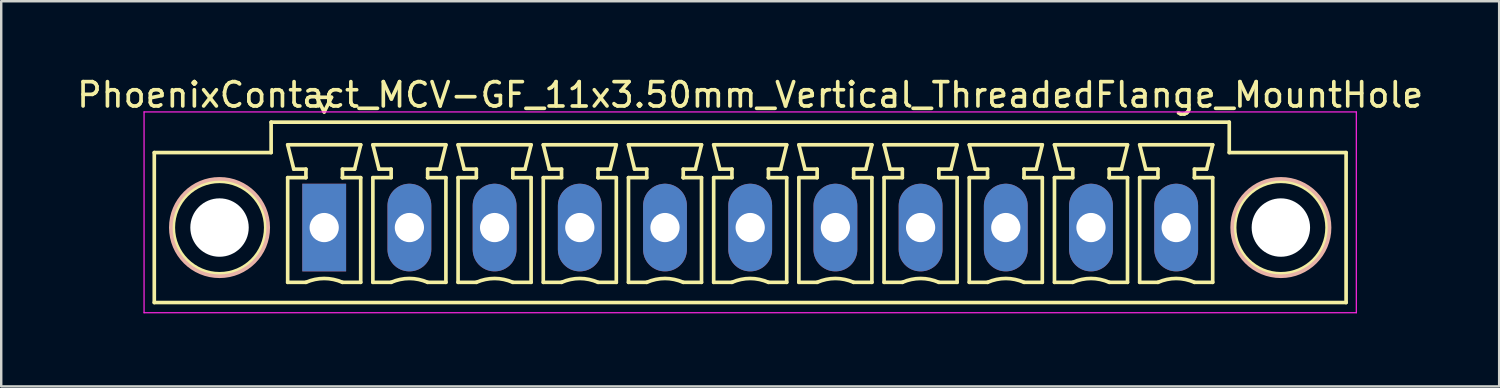
<source format=kicad_pcb>
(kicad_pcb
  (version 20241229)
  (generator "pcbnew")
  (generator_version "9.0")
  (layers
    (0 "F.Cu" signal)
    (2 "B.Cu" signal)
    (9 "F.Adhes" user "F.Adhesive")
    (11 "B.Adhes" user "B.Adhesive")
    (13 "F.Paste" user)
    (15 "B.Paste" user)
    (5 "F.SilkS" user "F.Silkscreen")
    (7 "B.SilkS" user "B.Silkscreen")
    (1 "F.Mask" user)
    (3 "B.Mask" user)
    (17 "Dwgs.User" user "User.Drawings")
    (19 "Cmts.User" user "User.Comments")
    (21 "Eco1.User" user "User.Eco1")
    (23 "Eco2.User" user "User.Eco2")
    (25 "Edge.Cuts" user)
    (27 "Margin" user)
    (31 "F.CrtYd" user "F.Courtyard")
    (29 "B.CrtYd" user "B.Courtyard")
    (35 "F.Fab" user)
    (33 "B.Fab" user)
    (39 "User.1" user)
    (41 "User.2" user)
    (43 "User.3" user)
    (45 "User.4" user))
  (footprint "PhoenixContact_MCV-GF_11x3.50mm_Vertical_ThreadedFlange_MountHole"
    (layer "F.Cu")
    (at 10.268 6.298)
    (property "Reference" "PhoenixContact_MCV-GF_11x3.50mm_Vertical_ThreadedFlange_MountHole" (at 17.5 -5.45 0) (layer "F.SilkS") (effects (font (size 1 1) (thickness 0.15))))
    (attr through_hole)
    (fp_line (start -6.98 -3.08) (end -6.98 3.08) (stroke (width 0.15) (type solid)) (layer "F.SilkS"))
    (fp_line (start -6.98 3.08) (end 41.98 3.08) (stroke (width 0.15) (type solid)) (layer "F.SilkS"))
    (fp_line (start -2.18 -4.33) (end -2.18 -3.08) (stroke (width 0.15) (type solid)) (layer "F.SilkS"))
    (fp_line (start -2.18 -3.08) (end -6.98 -3.08) (stroke (width 0.15) (type solid)) (layer "F.SilkS"))
    (fp_line (start -1.5 -3.4) (end 1.5 -3.4) (stroke (width 0.15) (type solid)) (layer "F.SilkS"))
    (fp_line (start -1.5 -2.05) (end -0.75 -2.05) (stroke (width 0.15) (type solid)) (layer "F.SilkS"))
    (fp_line (start -1.5 2.25) (end -1.5 -2.05) (stroke (width 0.15) (type solid)) (layer "F.SilkS"))
    (fp_line (start -1.25 -2.4) (end -1.5 -3.4) (stroke (width 0.15) (type solid)) (layer "F.SilkS"))
    (fp_line (start -0.75 -2.4) (end -1.25 -2.4) (stroke (width 0.15) (type solid)) (layer "F.SilkS"))
    (fp_line (start -0.75 -2.05) (end -0.75 -2.4) (stroke (width 0.15) (type solid)) (layer "F.SilkS"))
    (fp_line (start -0.75 2.25) (end -1.5 2.25) (stroke (width 0.15) (type solid)) (layer "F.SilkS"))
    (fp_line (start -0.3 -5.35) (end 0 -4.75) (stroke (width 0.15) (type solid)) (layer "F.SilkS"))
    (fp_line (start 0 -4.75) (end 0.3 -5.35) (stroke (width 0.15) (type solid)) (layer "F.SilkS"))
    (fp_line (start 0.3 -5.35) (end -0.3 -5.35) (stroke (width 0.15) (type solid)) (layer "F.SilkS"))
    (fp_line (start 0.75 -2.4) (end 0.75 -2.05) (stroke (width 0.15) (type solid)) (layer "F.SilkS"))
    (fp_line (start 0.75 -2.05) (end 0.75 -2.05) (stroke (width 0.15) (type solid)) (layer "F.SilkS"))
    (fp_line (start 0.75 -2.05) (end 1.5 -2.05) (stroke (width 0.15) (type solid)) (layer "F.SilkS"))
    (fp_line (start 1.25 -2.4) (end 0.75 -2.4) (stroke (width 0.15) (type solid)) (layer "F.SilkS"))
    (fp_line (start 1.5 -3.4) (end 1.25 -2.4) (stroke (width 0.15) (type solid)) (layer "F.SilkS"))
    (fp_line (start 1.5 -2.05) (end 1.5 2.25) (stroke (width 0.15) (type solid)) (layer "F.SilkS"))
    (fp_line (start 1.5 2.25) (end 0.75 2.25) (stroke (width 0.15) (type solid)) (layer "F.SilkS"))
    (fp_line (start 2 -3.4) (end 5 -3.4) (stroke (width 0.15) (type solid)) (layer "F.SilkS"))
    (fp_line (start 2 -2.05) (end 2.75 -2.05) (stroke (width 0.15) (type solid)) (layer "F.SilkS"))
    (fp_line (start 2 2.25) (end 2 -2.05) (stroke (width 0.15) (type solid)) (layer "F.SilkS"))
    (fp_line (start 2.25 -2.4) (end 2 -3.4) (stroke (width 0.15) (type solid)) (layer "F.SilkS"))
    (fp_line (start 2.75 -2.4) (end 2.25 -2.4) (stroke (width 0.15) (type solid)) (layer "F.SilkS"))
    (fp_line (start 2.75 -2.05) (end 2.75 -2.4) (stroke (width 0.15) (type solid)) (layer "F.SilkS"))
    (fp_line (start 2.75 2.25) (end 2 2.25) (stroke (width 0.15) (type solid)) (layer "F.SilkS"))
    (fp_line (start 4.25 -2.4) (end 4.25 -2.05) (stroke (width 0.15) (type solid)) (layer "F.SilkS"))
    (fp_line (start 4.25 -2.05) (end 4.25 -2.05) (stroke (width 0.15) (type solid)) (layer "F.SilkS"))
    (fp_line (start 4.25 -2.05) (end 5 -2.05) (stroke (width 0.15) (type solid)) (layer "F.SilkS"))
    (fp_line (start 4.75 -2.4) (end 4.25 -2.4) (stroke (width 0.15) (type solid)) (layer "F.SilkS"))
    (fp_line (start 5 -3.4) (end 4.75 -2.4) (stroke (width 0.15) (type solid)) (layer "F.SilkS"))
    (fp_line (start 5 -2.05) (end 5 2.25) (stroke (width 0.15) (type solid)) (layer "F.SilkS"))
    (fp_line (start 5 2.25) (end 4.25 2.25) (stroke (width 0.15) (type solid)) (layer "F.SilkS"))
    (fp_line (start 5.5 -3.4) (end 8.5 -3.4) (stroke (width 0.15) (type solid)) (layer "F.SilkS"))
    (fp_line (start 5.5 -2.05) (end 6.25 -2.05) (stroke (width 0.15) (type solid)) (layer "F.SilkS"))
    (fp_line (start 5.5 2.25) (end 5.5 -2.05) (stroke (width 0.15) (type solid)) (layer "F.SilkS"))
    (fp_line (start 5.75 -2.4) (end 5.5 -3.4) (stroke (width 0.15) (type solid)) (layer "F.SilkS"))
    (fp_line (start 6.25 -2.4) (end 5.75 -2.4) (stroke (width 0.15) (type solid)) (layer "F.SilkS"))
    (fp_line (start 6.25 -2.05) (end 6.25 -2.4) (stroke (width 0.15) (type solid)) (layer "F.SilkS"))
    (fp_line (start 6.25 2.25) (end 5.5 2.25) (stroke (width 0.15) (type solid)) (layer "F.SilkS"))
    (fp_line (start 7.75 -2.4) (end 7.75 -2.05) (stroke (width 0.15) (type solid)) (layer "F.SilkS"))
    (fp_line (start 7.75 -2.05) (end 7.75 -2.05) (stroke (width 0.15) (type solid)) (layer "F.SilkS"))
    (fp_line (start 7.75 -2.05) (end 8.5 -2.05) (stroke (width 0.15) (type solid)) (layer "F.SilkS"))
    (fp_line (start 8.25 -2.4) (end 7.75 -2.4) (stroke (width 0.15) (type solid)) (layer "F.SilkS"))
    (fp_line (start 8.5 -3.4) (end 8.25 -2.4) (stroke (width 0.15) (type solid)) (layer "F.SilkS"))
    (fp_line (start 8.5 -2.05) (end 8.5 2.25) (stroke (width 0.15) (type solid)) (layer "F.SilkS"))
    (fp_line (start 8.5 2.25) (end 7.75 2.25) (stroke (width 0.15) (type solid)) (layer "F.SilkS"))
    (fp_line (start 9 -3.4) (end 12 -3.4) (stroke (width 0.15) (type solid)) (layer "F.SilkS"))
    (fp_line (start 9 -2.05) (end 9.75 -2.05) (stroke (width 0.15) (type solid)) (layer "F.SilkS"))
    (fp_line (start 9 2.25) (end 9 -2.05) (stroke (width 0.15) (type solid)) (layer "F.SilkS"))
    (fp_line (start 9.25 -2.4) (end 9 -3.4) (stroke (width 0.15) (type solid)) (layer "F.SilkS"))
    (fp_line (start 9.75 -2.4) (end 9.25 -2.4) (stroke (width 0.15) (type solid)) (layer "F.SilkS"))
    (fp_line (start 9.75 -2.05) (end 9.75 -2.4) (stroke (width 0.15) (type solid)) (layer "F.SilkS"))
    (fp_line (start 9.75 2.25) (end 9 2.25) (stroke (width 0.15) (type solid)) (layer "F.SilkS"))
    (fp_line (start 11.25 -2.4) (end 11.25 -2.05) (stroke (width 0.15) (type solid)) (layer "F.SilkS"))
    (fp_line (start 11.25 -2.05) (end 11.25 -2.05) (stroke (width 0.15) (type solid)) (layer "F.SilkS"))
    (fp_line (start 11.25 -2.05) (end 12 -2.05) (stroke (width 0.15) (type solid)) (layer "F.SilkS"))
    (fp_line (start 11.75 -2.4) (end 11.25 -2.4) (stroke (width 0.15) (type solid)) (layer "F.SilkS"))
    (fp_line (start 12 -3.4) (end 11.75 -2.4) (stroke (width 0.15) (type solid)) (layer "F.SilkS"))
    (fp_line (start 12 -2.05) (end 12 2.25) (stroke (width 0.15) (type solid)) (layer "F.SilkS"))
    (fp_line (start 12 2.25) (end 11.25 2.25) (stroke (width 0.15) (type solid)) (layer "F.SilkS"))
    (fp_line (start 12.5 -3.4) (end 15.5 -3.4) (stroke (width 0.15) (type solid)) (layer "F.SilkS"))
    (fp_line (start 12.5 -2.05) (end 13.25 -2.05) (stroke (width 0.15) (type solid)) (layer "F.SilkS"))
    (fp_line (start 12.5 2.25) (end 12.5 -2.05) (stroke (width 0.15) (type solid)) (layer "F.SilkS"))
    (fp_line (start 12.75 -2.4) (end 12.5 -3.4) (stroke (width 0.15) (type solid)) (layer "F.SilkS"))
    (fp_line (start 13.25 -2.4) (end 12.75 -2.4) (stroke (width 0.15) (type solid)) (layer "F.SilkS"))
    (fp_line (start 13.25 -2.05) (end 13.25 -2.4) (stroke (width 0.15) (type solid)) (layer "F.SilkS"))
    (fp_line (start 13.25 2.25) (end 12.5 2.25) (stroke (width 0.15) (type solid)) (layer "F.SilkS"))
    (fp_line (start 14.75 -2.4) (end 14.75 -2.05) (stroke (width 0.15) (type solid)) (layer "F.SilkS"))
    (fp_line (start 14.75 -2.05) (end 14.75 -2.05) (stroke (width 0.15) (type solid)) (layer "F.SilkS"))
    (fp_line (start 14.75 -2.05) (end 15.5 -2.05) (stroke (width 0.15) (type solid)) (layer "F.SilkS"))
    (fp_line (start 15.25 -2.4) (end 14.75 -2.4) (stroke (width 0.15) (type solid)) (layer "F.SilkS"))
    (fp_line (start 15.5 -3.4) (end 15.25 -2.4) (stroke (width 0.15) (type solid)) (layer "F.SilkS"))
    (fp_line (start 15.5 -2.05) (end 15.5 2.25) (stroke (width 0.15) (type solid)) (layer "F.SilkS"))
    (fp_line (start 15.5 2.25) (end 14.75 2.25) (stroke (width 0.15) (type solid)) (layer "F.SilkS"))
    (fp_line (start 16 -3.4) (end 19 -3.4) (stroke (width 0.15) (type solid)) (layer "F.SilkS"))
    (fp_line (start 16 -2.05) (end 16.75 -2.05) (stroke (width 0.15) (type solid)) (layer "F.SilkS"))
    (fp_line (start 16 2.25) (end 16 -2.05) (stroke (width 0.15) (type solid)) (layer "F.SilkS"))
    (fp_line (start 16.25 -2.4) (end 16 -3.4) (stroke (width 0.15) (type solid)) (layer "F.SilkS"))
    (fp_line (start 16.75 -2.4) (end 16.25 -2.4) (stroke (width 0.15) (type solid)) (layer "F.SilkS"))
    (fp_line (start 16.75 -2.05) (end 16.75 -2.4) (stroke (width 0.15) (type solid)) (layer "F.SilkS"))
    (fp_line (start 16.75 2.25) (end 16 2.25) (stroke (width 0.15) (type solid)) (layer "F.SilkS"))
    (fp_line (start 18.25 -2.4) (end 18.25 -2.05) (stroke (width 0.15) (type solid)) (layer "F.SilkS"))
    (fp_line (start 18.25 -2.05) (end 18.25 -2.05) (stroke (width 0.15) (type solid)) (layer "F.SilkS"))
    (fp_line (start 18.25 -2.05) (end 19 -2.05) (stroke (width 0.15) (type solid)) (layer "F.SilkS"))
    (fp_line (start 18.75 -2.4) (end 18.25 -2.4) (stroke (width 0.15) (type solid)) (layer "F.SilkS"))
    (fp_line (start 19 -3.4) (end 18.75 -2.4) (stroke (width 0.15) (type solid)) (layer "F.SilkS"))
    (fp_line (start 19 -2.05) (end 19 2.25) (stroke (width 0.15) (type solid)) (layer "F.SilkS"))
    (fp_line (start 19 2.25) (end 18.25 2.25) (stroke (width 0.15) (type solid)) (layer "F.SilkS"))
    (fp_line (start 19.5 -3.4) (end 22.5 -3.4) (stroke (width 0.15) (type solid)) (layer "F.SilkS"))
    (fp_line (start 19.5 -2.05) (end 20.25 -2.05) (stroke (width 0.15) (type solid)) (layer "F.SilkS"))
    (fp_line (start 19.5 2.25) (end 19.5 -2.05) (stroke (width 0.15) (type solid)) (layer "F.SilkS"))
    (fp_line (start 19.75 -2.4) (end 19.5 -3.4) (stroke (width 0.15) (type solid)) (layer "F.SilkS"))
    (fp_line (start 20.25 -2.4) (end 19.75 -2.4) (stroke (width 0.15) (type solid)) (layer "F.SilkS"))
    (fp_line (start 20.25 -2.05) (end 20.25 -2.4) (stroke (width 0.15) (type solid)) (layer "F.SilkS"))
    (fp_line (start 20.25 2.25) (end 19.5 2.25) (stroke (width 0.15) (type solid)) (layer "F.SilkS"))
    (fp_line (start 21.75 -2.4) (end 21.75 -2.05) (stroke (width 0.15) (type solid)) (layer "F.SilkS"))
    (fp_line (start 21.75 -2.05) (end 21.75 -2.05) (stroke (width 0.15) (type solid)) (layer "F.SilkS"))
    (fp_line (start 21.75 -2.05) (end 22.5 -2.05) (stroke (width 0.15) (type solid)) (layer "F.SilkS"))
    (fp_line (start 22.25 -2.4) (end 21.75 -2.4) (stroke (width 0.15) (type solid)) (layer "F.SilkS"))
    (fp_line (start 22.5 -3.4) (end 22.25 -2.4) (stroke (width 0.15) (type solid)) (layer "F.SilkS"))
    (fp_line (start 22.5 -2.05) (end 22.5 2.25) (stroke (width 0.15) (type solid)) (layer "F.SilkS"))
    (fp_line (start 22.5 2.25) (end 21.75 2.25) (stroke (width 0.15) (type solid)) (layer "F.SilkS"))
    (fp_line (start 23 -3.4) (end 26 -3.4) (stroke (width 0.15) (type solid)) (layer "F.SilkS"))
    (fp_line (start 23 -2.05) (end 23.75 -2.05) (stroke (width 0.15) (type solid)) (layer "F.SilkS"))
    (fp_line (start 23 2.25) (end 23 -2.05) (stroke (width 0.15) (type solid)) (layer "F.SilkS"))
    (fp_line (start 23.25 -2.4) (end 23 -3.4) (stroke (width 0.15) (type solid)) (layer "F.SilkS"))
    (fp_line (start 23.75 -2.4) (end 23.25 -2.4) (stroke (width 0.15) (type solid)) (layer "F.SilkS"))
    (fp_line (start 23.75 -2.05) (end 23.75 -2.4) (stroke (width 0.15) (type solid)) (layer "F.SilkS"))
    (fp_line (start 23.75 2.25) (end 23 2.25) (stroke (width 0.15) (type solid)) (layer "F.SilkS"))
    (fp_line (start 25.25 -2.4) (end 25.25 -2.05) (stroke (width 0.15) (type solid)) (layer "F.SilkS"))
    (fp_line (start 25.25 -2.05) (end 25.25 -2.05) (stroke (width 0.15) (type solid)) (layer "F.SilkS"))
    (fp_line (start 25.25 -2.05) (end 26 -2.05) (stroke (width 0.15) (type solid)) (layer "F.SilkS"))
    (fp_line (start 25.75 -2.4) (end 25.25 -2.4) (stroke (width 0.15) (type solid)) (layer "F.SilkS"))
    (fp_line (start 26 -3.4) (end 25.75 -2.4) (stroke (width 0.15) (type solid)) (layer "F.SilkS"))
    (fp_line (start 26 -2.05) (end 26 2.25) (stroke (width 0.15) (type solid)) (layer "F.SilkS"))
    (fp_line (start 26 2.25) (end 25.25 2.25) (stroke (width 0.15) (type solid)) (layer "F.SilkS"))
    (fp_line (start 26.5 -3.4) (end 29.5 -3.4) (stroke (width 0.15) (type solid)) (layer "F.SilkS"))
    (fp_line (start 26.5 -2.05) (end 27.25 -2.05) (stroke (width 0.15) (type solid)) (layer "F.SilkS"))
    (fp_line (start 26.5 2.25) (end 26.5 -2.05) (stroke (width 0.15) (type solid)) (layer "F.SilkS"))
    (fp_line (start 26.75 -2.4) (end 26.5 -3.4) (stroke (width 0.15) (type solid)) (layer "F.SilkS"))
    (fp_line (start 27.25 -2.4) (end 26.75 -2.4) (stroke (width 0.15) (type solid)) (layer "F.SilkS"))
    (fp_line (start 27.25 -2.05) (end 27.25 -2.4) (stroke (width 0.15) (type solid)) (layer "F.SilkS"))
    (fp_line (start 27.25 2.25) (end 26.5 2.25) (stroke (width 0.15) (type solid)) (layer "F.SilkS"))
    (fp_line (start 28.75 -2.4) (end 28.75 -2.05) (stroke (width 0.15) (type solid)) (layer "F.SilkS"))
    (fp_line (start 28.75 -2.05) (end 28.75 -2.05) (stroke (width 0.15) (type solid)) (layer "F.SilkS"))
    (fp_line (start 28.75 -2.05) (end 29.5 -2.05) (stroke (width 0.15) (type solid)) (layer "F.SilkS"))
    (fp_line (start 29.25 -2.4) (end 28.75 -2.4) (stroke (width 0.15) (type solid)) (layer "F.SilkS"))
    (fp_line (start 29.5 -3.4) (end 29.25 -2.4) (stroke (width 0.15) (type solid)) (layer "F.SilkS"))
    (fp_line (start 29.5 -2.05) (end 29.5 2.25) (stroke (width 0.15) (type solid)) (layer "F.SilkS"))
    (fp_line (start 29.5 2.25) (end 28.75 2.25) (stroke (width 0.15) (type solid)) (layer "F.SilkS"))
    (fp_line (start 30 -3.4) (end 33 -3.4) (stroke (width 0.15) (type solid)) (layer "F.SilkS"))
    (fp_line (start 30 -2.05) (end 30.75 -2.05) (stroke (width 0.15) (type solid)) (layer "F.SilkS"))
    (fp_line (start 30 2.25) (end 30 -2.05) (stroke (width 0.15) (type solid)) (layer "F.SilkS"))
    (fp_line (start 30.25 -2.4) (end 30 -3.4) (stroke (width 0.15) (type solid)) (layer "F.SilkS"))
    (fp_line (start 30.75 -2.4) (end 30.25 -2.4) (stroke (width 0.15) (type solid)) (layer "F.SilkS"))
    (fp_line (start 30.75 -2.05) (end 30.75 -2.4) (stroke (width 0.15) (type solid)) (layer "F.SilkS"))
    (fp_line (start 30.75 2.25) (end 30 2.25) (stroke (width 0.15) (type solid)) (layer "F.SilkS"))
    (fp_line (start 32.25 -2.4) (end 32.25 -2.05) (stroke (width 0.15) (type solid)) (layer "F.SilkS"))
    (fp_line (start 32.25 -2.05) (end 32.25 -2.05) (stroke (width 0.15) (type solid)) (layer "F.SilkS"))
    (fp_line (start 32.25 -2.05) (end 33 -2.05) (stroke (width 0.15) (type solid)) (layer "F.SilkS"))
    (fp_line (start 32.75 -2.4) (end 32.25 -2.4) (stroke (width 0.15) (type solid)) (layer "F.SilkS"))
    (fp_line (start 33 -3.4) (end 32.75 -2.4) (stroke (width 0.15) (type solid)) (layer "F.SilkS"))
    (fp_line (start 33 -2.05) (end 33 2.25) (stroke (width 0.15) (type solid)) (layer "F.SilkS"))
    (fp_line (start 33 2.25) (end 32.25 2.25) (stroke (width 0.15) (type solid)) (layer "F.SilkS"))
    (fp_line (start 33.5 -3.4) (end 36.5 -3.4) (stroke (width 0.15) (type solid)) (layer "F.SilkS"))
    (fp_line (start 33.5 -2.05) (end 34.25 -2.05) (stroke (width 0.15) (type solid)) (layer "F.SilkS"))
    (fp_line (start 33.5 2.25) (end 33.5 -2.05) (stroke (width 0.15) (type solid)) (layer "F.SilkS"))
    (fp_line (start 33.75 -2.4) (end 33.5 -3.4) (stroke (width 0.15) (type solid)) (layer "F.SilkS"))
    (fp_line (start 34.25 -2.4) (end 33.75 -2.4) (stroke (width 0.15) (type solid)) (layer "F.SilkS"))
    (fp_line (start 34.25 -2.05) (end 34.25 -2.4) (stroke (width 0.15) (type solid)) (layer "F.SilkS"))
    (fp_line (start 34.25 2.25) (end 33.5 2.25) (stroke (width 0.15) (type solid)) (layer "F.SilkS"))
    (fp_line (start 35.75 -2.4) (end 35.75 -2.05) (stroke (width 0.15) (type solid)) (layer "F.SilkS"))
    (fp_line (start 35.75 -2.05) (end 35.75 -2.05) (stroke (width 0.15) (type solid)) (layer "F.SilkS"))
    (fp_line (start 35.75 -2.05) (end 36.5 -2.05) (stroke (width 0.15) (type solid)) (layer "F.SilkS"))
    (fp_line (start 36.25 -2.4) (end 35.75 -2.4) (stroke (width 0.15) (type solid)) (layer "F.SilkS"))
    (fp_line (start 36.5 -3.4) (end 36.25 -2.4) (stroke (width 0.15) (type solid)) (layer "F.SilkS"))
    (fp_line (start 36.5 -2.05) (end 36.5 2.25) (stroke (width 0.15) (type solid)) (layer "F.SilkS"))
    (fp_line (start 36.5 2.25) (end 35.75 2.25) (stroke (width 0.15) (type solid)) (layer "F.SilkS"))
    (fp_line (start 37.18 -4.33) (end -2.18 -4.33) (stroke (width 0.15) (type solid)) (layer "F.SilkS"))
    (fp_line (start 37.18 -3.08) (end 37.18 -4.33) (stroke (width 0.15) (type solid)) (layer "F.SilkS"))
    (fp_line (start 41.98 -3.08) (end 37.18 -3.08) (stroke (width 0.15) (type solid)) (layer "F.SilkS"))
    (fp_line (start 41.98 3.08) (end 41.98 -3.08) (stroke (width 0.15) (type solid)) (layer "F.SilkS"))
    (fp_arc (start -0.75 2.25) (mid -0.000193 2.09191) (end 0.749647 2.249844) (stroke (width 0.15) (type solid)) (layer "F.SilkS"))
    (fp_arc (start 2.75 2.25) (mid 3.499807 2.09191) (end 4.249647 2.249844) (stroke (width 0.15) (type solid)) (layer "F.SilkS"))
    (fp_arc (start 6.25 2.25) (mid 6.999807 2.09191) (end 7.749647 2.249844) (stroke (width 0.15) (type solid)) (layer "F.SilkS"))
    (fp_arc (start 9.75 2.25) (mid 10.499807 2.09191) (end 11.249647 2.249844) (stroke (width 0.15) (type solid)) (layer "F.SilkS"))
    (fp_arc (start 13.25 2.25) (mid 13.999807 2.09191) (end 14.749647 2.249844) (stroke (width 0.15) (type solid)) (layer "F.SilkS"))
    (fp_arc (start 16.75 2.25) (mid 17.499807 2.09191) (end 18.249647 2.249844) (stroke (width 0.15) (type solid)) (layer "F.SilkS"))
    (fp_arc (start 20.25 2.25) (mid 20.999807 2.09191) (end 21.749647 2.249844) (stroke (width 0.15) (type solid)) (layer "F.SilkS"))
    (fp_arc (start 23.75 2.25) (mid 24.499807 2.09191) (end 25.249647 2.249844) (stroke (width 0.15) (type solid)) (layer "F.SilkS"))
    (fp_arc (start 27.25 2.25) (mid 27.999807 2.09191) (end 28.749647 2.249844) (stroke (width 0.15) (type solid)) (layer "F.SilkS"))
    (fp_arc (start 30.75 2.25) (mid 31.499807 2.09191) (end 32.249647 2.249844) (stroke (width 0.15) (type solid)) (layer "F.SilkS"))
    (fp_arc (start 34.25 2.25) (mid 34.999807 2.09191) (end 35.749647 2.249844) (stroke (width 0.15) (type solid)) (layer "F.SilkS"))
    (fp_circle (center -4.3 0) (end -2.4 0) (stroke (width 0.15) (type solid)) (fill no) (layer "F.SilkS"))
    (fp_circle (center 39.3 0) (end 41.2 0) (stroke (width 0.15) (type solid)) (fill no) (layer "F.SilkS"))
    (fp_circle (center -4.3 0) (end -2.3 0) (stroke (width 0.15) (type solid)) (fill no) (layer "B.SilkS"))
    (fp_circle (center 39.3 0) (end 41.3 0) (stroke (width 0.15) (type solid)) (fill no) (layer "B.SilkS"))
    (fp_line (start -7.4 -4.75) (end -7.4 3.5) (stroke (width 0.05) (type solid)) (layer "F.CrtYd"))
    (fp_line (start -7.4 3.5) (end 42.4 3.5) (stroke (width 0.05) (type solid)) (layer "F.CrtYd"))
    (fp_line (start 42.4 -4.75) (end -7.4 -4.75) (stroke (width 0.05) (type solid)) (layer "F.CrtYd"))
    (fp_line (start 42.4 3.5) (end 42.4 -4.75) (stroke (width 0.05) (type solid)) (layer "F.CrtYd"))
    (pad "" np_thru_hole circle (at -4.3 0) (size 2.4 2.4) (drill 2.4) (layers "*.Cu" "*.Mask"))
    (pad "" np_thru_hole circle (at 39.3 0) (size 2.4 2.4) (drill 2.4) (layers "*.Cu" "*.Mask"))
    (pad "1" thru_hole rect (at 0 0) (size 1.8 3.6) (drill 1.2) (layers "*.Cu" "*.Mask"))
    (pad "2" thru_hole oval (at 3.5 0) (size 1.8 3.6) (drill 1.2) (layers "*.Cu" "*.Mask"))
    (pad "3" thru_hole oval (at 7 0) (size 1.8 3.6) (drill 1.2) (layers "*.Cu" "*.Mask"))
    (pad "4" thru_hole oval (at 10.5 0) (size 1.8 3.6) (drill 1.2) (layers "*.Cu" "*.Mask"))
    (pad "5" thru_hole oval (at 14 0) (size 1.8 3.6) (drill 1.2) (layers "*.Cu" "*.Mask"))
    (pad "6" thru_hole oval (at 17.5 0) (size 1.8 3.6) (drill 1.2) (layers "*.Cu" "*.Mask"))
    (pad "7" thru_hole oval (at 21 0) (size 1.8 3.6) (drill 1.2) (layers "*.Cu" "*.Mask"))
    (pad "8" thru_hole oval (at 24.5 0) (size 1.8 3.6) (drill 1.2) (layers "*.Cu" "*.Mask"))
    (pad "9" thru_hole oval (at 28 0) (size 1.8 3.6) (drill 1.2) (layers "*.Cu" "*.Mask"))
    (pad "10" thru_hole oval (at 31.5 0) (size 1.8 3.6) (drill 1.2) (layers "*.Cu" "*.Mask"))
    (pad "11" thru_hole oval (at 35 0) (size 1.8 3.6) (drill 1.2) (layers "*.Cu" "*.Mask")))
  (gr_rect
    (start -3 -3)
    (end 58.536 12.823)
    (stroke (width 0.1) (type default))
    (fill no)
    (layer "Edge.Cuts")))
</source>
